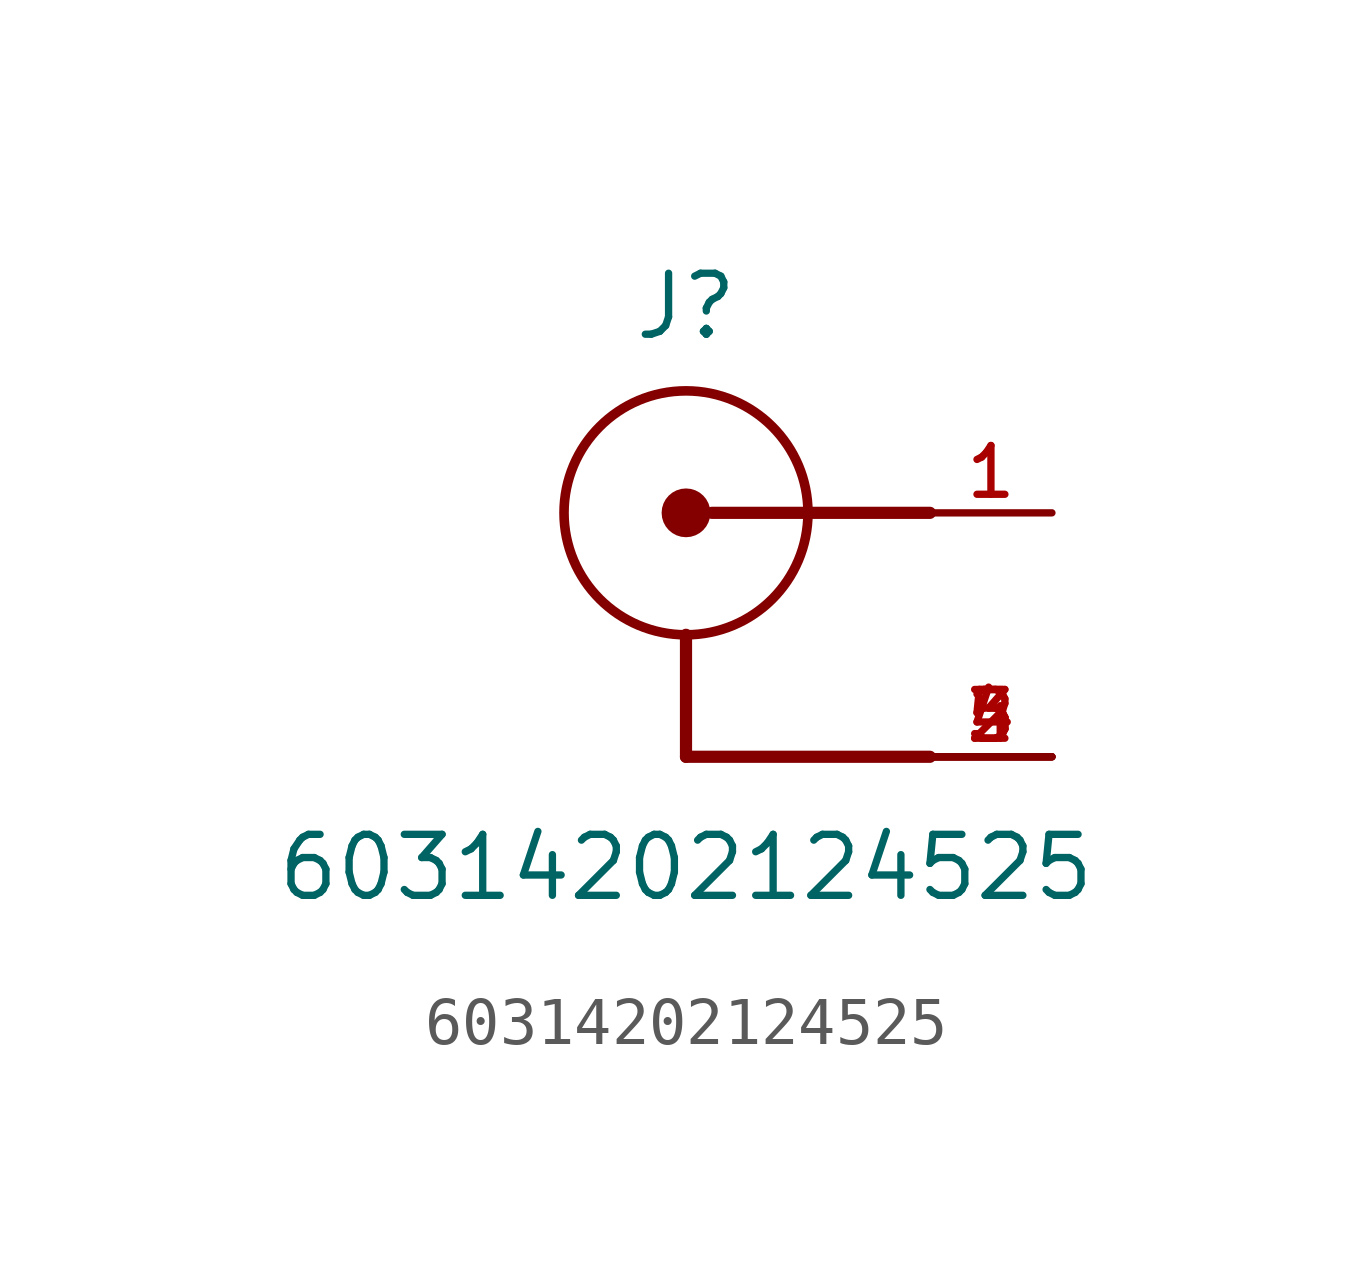
<source format=kicad_sym>
(kicad_symbol_lib
  (version 20211014)
  (generator kicad_symbol_editor)
  (symbol "60314202124525"
    (pin_names
      (offset 1.016))
    (property "Reference" "J"
      (at 0.0 3.556 0)
      (effects (font (size 1.27 1.27)) (justify bottom)))
    (property "Value" "60314202124525"
      (at 0.0 -8.128 0)
      (effects (font (size 1.27 1.27)) (justify bottom)))
    (symbol "60314202124525_0_0"
      (circle (center 0.0 0.0) (radius 2.54) (stroke (width 0.2)) (fill (type none)))
      (circle (center 0.0 0.0) (radius 0.254) (stroke (width 0.508)) (fill (type none)))
      (polyline (pts (xy 0.0 -2.54) (xy 0.0 -5.08)) (stroke (width 0.254)))
      (polyline (pts (xy 0.0 -5.08) (xy 5.08 -5.08)) (stroke (width 0.254)))
      (polyline (pts (xy 5.08 0.0) (xy 0.54 0.0)) (stroke (width 0.254)))
      (pin passive line (at 7.62 0.0 180.0) (length 2.54) (name "~" (effects (font (size 1.016 1.016)))) (number "1" (effects (font (size 1.016 1.016)))))
      (pin passive line (at 7.62 -5.08 180.0) (length 2.54) (name "~" (effects (font (size 1.016 1.016)))) (number "2" (effects (font (size 1.016 1.016)))))
      (pin passive line (at 7.62 -5.08 180.0) (length 2.54) (name "~" (effects (font (size 1.016 1.016)))) (number "3" (effects (font (size 1.016 1.016)))))
      (pin passive line (at 7.62 -5.08 180.0) (length 2.54) (name "~" (effects (font (size 1.016 1.016)))) (number "4" (effects (font (size 1.016 1.016)))))
      (pin passive line (at 7.62 -5.08 180.0) (length 2.54) (name "~" (effects (font (size 1.016 1.016)))) (number "5" (effects (font (size 1.016 1.016))))))))
</source>
